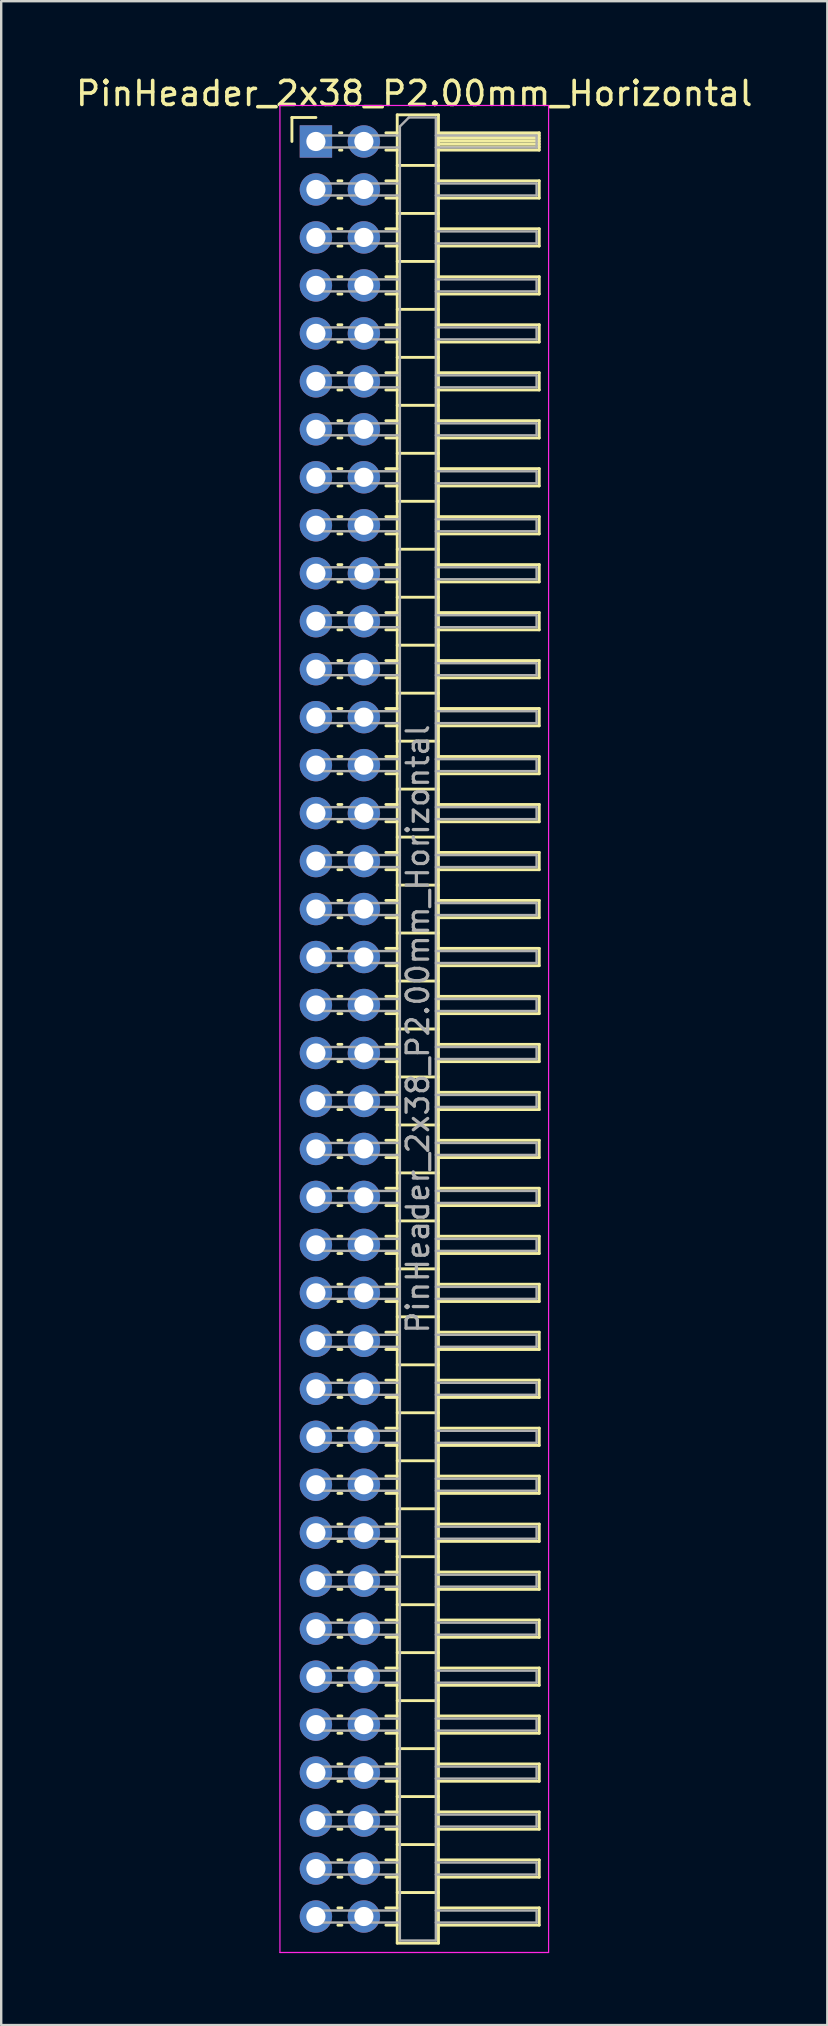
<source format=kicad_pcb>
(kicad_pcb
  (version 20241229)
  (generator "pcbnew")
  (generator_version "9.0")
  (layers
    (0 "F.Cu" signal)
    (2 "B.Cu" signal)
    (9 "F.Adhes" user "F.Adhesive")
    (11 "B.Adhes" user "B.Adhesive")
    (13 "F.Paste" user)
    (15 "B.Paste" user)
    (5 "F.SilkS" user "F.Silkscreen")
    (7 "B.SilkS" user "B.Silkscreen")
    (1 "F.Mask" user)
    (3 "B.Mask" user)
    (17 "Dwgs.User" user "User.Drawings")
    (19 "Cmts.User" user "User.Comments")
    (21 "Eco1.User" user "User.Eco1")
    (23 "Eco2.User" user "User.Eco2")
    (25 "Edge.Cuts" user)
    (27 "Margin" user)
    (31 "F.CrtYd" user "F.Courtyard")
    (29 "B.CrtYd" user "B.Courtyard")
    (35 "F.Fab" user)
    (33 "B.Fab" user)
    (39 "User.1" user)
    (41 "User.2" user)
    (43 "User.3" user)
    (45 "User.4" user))
  (footprint "PinHeader_2x38_P2.00mm_Horizontal"
    (layer "F.Cu")
    (at 10.12 2.848)
    (property "Reference" "PinHeader_2x38_P2.00mm_Horizontal" (at 4.1 -2 0) (layer "F.SilkS") (effects (font (size 1 1) (thickness 0.15))))
    (attr through_hole)
    (fp_line (start -1 -1) (end 0 -1) (stroke (width 0.12) (type solid)) (layer "F.SilkS"))
    (fp_line (start -1 0) (end -1 -1) (stroke (width 0.12) (type solid)) (layer "F.SilkS"))
    (fp_line (start 0.917 1.64) (end 1.083 1.64) (stroke (width 0.12) (type solid)) (layer "F.SilkS"))
    (fp_line (start 0.917 2.36) (end 1.083 2.36) (stroke (width 0.12) (type solid)) (layer "F.SilkS"))
    (fp_line (start 0.917 3.64) (end 1.083 3.64) (stroke (width 0.12) (type solid)) (layer "F.SilkS"))
    (fp_line (start 0.917 4.36) (end 1.083 4.36) (stroke (width 0.12) (type solid)) (layer "F.SilkS"))
    (fp_line (start 0.917 5.64) (end 1.083 5.64) (stroke (width 0.12) (type solid)) (layer "F.SilkS"))
    (fp_line (start 0.917 6.36) (end 1.083 6.36) (stroke (width 0.12) (type solid)) (layer "F.SilkS"))
    (fp_line (start 0.917 7.64) (end 1.083 7.64) (stroke (width 0.12) (type solid)) (layer "F.SilkS"))
    (fp_line (start 0.917 8.36) (end 1.083 8.36) (stroke (width 0.12) (type solid)) (layer "F.SilkS"))
    (fp_line (start 0.917 9.64) (end 1.083 9.64) (stroke (width 0.12) (type solid)) (layer "F.SilkS"))
    (fp_line (start 0.917 10.36) (end 1.083 10.36) (stroke (width 0.12) (type solid)) (layer "F.SilkS"))
    (fp_line (start 0.917 11.64) (end 1.083 11.64) (stroke (width 0.12) (type solid)) (layer "F.SilkS"))
    (fp_line (start 0.917 12.36) (end 1.083 12.36) (stroke (width 0.12) (type solid)) (layer "F.SilkS"))
    (fp_line (start 0.917 13.64) (end 1.083 13.64) (stroke (width 0.12) (type solid)) (layer "F.SilkS"))
    (fp_line (start 0.917 14.36) (end 1.083 14.36) (stroke (width 0.12) (type solid)) (layer "F.SilkS"))
    (fp_line (start 0.917 15.64) (end 1.083 15.64) (stroke (width 0.12) (type solid)) (layer "F.SilkS"))
    (fp_line (start 0.917 16.36) (end 1.083 16.36) (stroke (width 0.12) (type solid)) (layer "F.SilkS"))
    (fp_line (start 0.917 17.64) (end 1.083 17.64) (stroke (width 0.12) (type solid)) (layer "F.SilkS"))
    (fp_line (start 0.917 18.36) (end 1.083 18.36) (stroke (width 0.12) (type solid)) (layer "F.SilkS"))
    (fp_line (start 0.917 19.64) (end 1.083 19.64) (stroke (width 0.12) (type solid)) (layer "F.SilkS"))
    (fp_line (start 0.917 20.36) (end 1.083 20.36) (stroke (width 0.12) (type solid)) (layer "F.SilkS"))
    (fp_line (start 0.917 21.64) (end 1.083 21.64) (stroke (width 0.12) (type solid)) (layer "F.SilkS"))
    (fp_line (start 0.917 22.36) (end 1.083 22.36) (stroke (width 0.12) (type solid)) (layer "F.SilkS"))
    (fp_line (start 0.917 23.64) (end 1.083 23.64) (stroke (width 0.12) (type solid)) (layer "F.SilkS"))
    (fp_line (start 0.917 24.36) (end 1.083 24.36) (stroke (width 0.12) (type solid)) (layer "F.SilkS"))
    (fp_line (start 0.917 25.64) (end 1.083 25.64) (stroke (width 0.12) (type solid)) (layer "F.SilkS"))
    (fp_line (start 0.917 26.36) (end 1.083 26.36) (stroke (width 0.12) (type solid)) (layer "F.SilkS"))
    (fp_line (start 0.917 27.64) (end 1.083 27.64) (stroke (width 0.12) (type solid)) (layer "F.SilkS"))
    (fp_line (start 0.917 28.36) (end 1.083 28.36) (stroke (width 0.12) (type solid)) (layer "F.SilkS"))
    (fp_line (start 0.917 29.64) (end 1.083 29.64) (stroke (width 0.12) (type solid)) (layer "F.SilkS"))
    (fp_line (start 0.917 30.36) (end 1.083 30.36) (stroke (width 0.12) (type solid)) (layer "F.SilkS"))
    (fp_line (start 0.917 31.64) (end 1.083 31.64) (stroke (width 0.12) (type solid)) (layer "F.SilkS"))
    (fp_line (start 0.917 32.36) (end 1.083 32.36) (stroke (width 0.12) (type solid)) (layer "F.SilkS"))
    (fp_line (start 0.917 33.64) (end 1.083 33.64) (stroke (width 0.12) (type solid)) (layer "F.SilkS"))
    (fp_line (start 0.917 34.36) (end 1.083 34.36) (stroke (width 0.12) (type solid)) (layer "F.SilkS"))
    (fp_line (start 0.917 35.64) (end 1.083 35.64) (stroke (width 0.12) (type solid)) (layer "F.SilkS"))
    (fp_line (start 0.917 36.36) (end 1.083 36.36) (stroke (width 0.12) (type solid)) (layer "F.SilkS"))
    (fp_line (start 0.917 37.64) (end 1.083 37.64) (stroke (width 0.12) (type solid)) (layer "F.SilkS"))
    (fp_line (start 0.917 38.36) (end 1.083 38.36) (stroke (width 0.12) (type solid)) (layer "F.SilkS"))
    (fp_line (start 0.917 39.64) (end 1.083 39.64) (stroke (width 0.12) (type solid)) (layer "F.SilkS"))
    (fp_line (start 0.917 40.36) (end 1.083 40.36) (stroke (width 0.12) (type solid)) (layer "F.SilkS"))
    (fp_line (start 0.917 41.64) (end 1.083 41.64) (stroke (width 0.12) (type solid)) (layer "F.SilkS"))
    (fp_line (start 0.917 42.36) (end 1.083 42.36) (stroke (width 0.12) (type solid)) (layer "F.SilkS"))
    (fp_line (start 0.917 43.64) (end 1.083 43.64) (stroke (width 0.12) (type solid)) (layer "F.SilkS"))
    (fp_line (start 0.917 44.36) (end 1.083 44.36) (stroke (width 0.12) (type solid)) (layer "F.SilkS"))
    (fp_line (start 0.917 45.64) (end 1.083 45.64) (stroke (width 0.12) (type solid)) (layer "F.SilkS"))
    (fp_line (start 0.917 46.36) (end 1.083 46.36) (stroke (width 0.12) (type solid)) (layer "F.SilkS"))
    (fp_line (start 0.917 47.64) (end 1.083 47.64) (stroke (width 0.12) (type solid)) (layer "F.SilkS"))
    (fp_line (start 0.917 48.36) (end 1.083 48.36) (stroke (width 0.12) (type solid)) (layer "F.SilkS"))
    (fp_line (start 0.917 49.64) (end 1.083 49.64) (stroke (width 0.12) (type solid)) (layer "F.SilkS"))
    (fp_line (start 0.917 50.36) (end 1.083 50.36) (stroke (width 0.12) (type solid)) (layer "F.SilkS"))
    (fp_line (start 0.917 51.64) (end 1.083 51.64) (stroke (width 0.12) (type solid)) (layer "F.SilkS"))
    (fp_line (start 0.917 52.36) (end 1.083 52.36) (stroke (width 0.12) (type solid)) (layer "F.SilkS"))
    (fp_line (start 0.917 53.64) (end 1.083 53.64) (stroke (width 0.12) (type solid)) (layer "F.SilkS"))
    (fp_line (start 0.917 54.36) (end 1.083 54.36) (stroke (width 0.12) (type solid)) (layer "F.SilkS"))
    (fp_line (start 0.917 55.64) (end 1.083 55.64) (stroke (width 0.12) (type solid)) (layer "F.SilkS"))
    (fp_line (start 0.917 56.36) (end 1.083 56.36) (stroke (width 0.12) (type solid)) (layer "F.SilkS"))
    (fp_line (start 0.917 57.64) (end 1.083 57.64) (stroke (width 0.12) (type solid)) (layer "F.SilkS"))
    (fp_line (start 0.917 58.36) (end 1.083 58.36) (stroke (width 0.12) (type solid)) (layer "F.SilkS"))
    (fp_line (start 0.917 59.64) (end 1.083 59.64) (stroke (width 0.12) (type solid)) (layer "F.SilkS"))
    (fp_line (start 0.917 60.36) (end 1.083 60.36) (stroke (width 0.12) (type solid)) (layer "F.SilkS"))
    (fp_line (start 0.917 61.64) (end 1.083 61.64) (stroke (width 0.12) (type solid)) (layer "F.SilkS"))
    (fp_line (start 0.917 62.36) (end 1.083 62.36) (stroke (width 0.12) (type solid)) (layer "F.SilkS"))
    (fp_line (start 0.917 63.64) (end 1.083 63.64) (stroke (width 0.12) (type solid)) (layer "F.SilkS"))
    (fp_line (start 0.917 64.36) (end 1.083 64.36) (stroke (width 0.12) (type solid)) (layer "F.SilkS"))
    (fp_line (start 0.917 65.64) (end 1.083 65.64) (stroke (width 0.12) (type solid)) (layer "F.SilkS"))
    (fp_line (start 0.917 66.36) (end 1.083 66.36) (stroke (width 0.12) (type solid)) (layer "F.SilkS"))
    (fp_line (start 0.917 67.64) (end 1.083 67.64) (stroke (width 0.12) (type solid)) (layer "F.SilkS"))
    (fp_line (start 0.917 68.36) (end 1.083 68.36) (stroke (width 0.12) (type solid)) (layer "F.SilkS"))
    (fp_line (start 0.917 69.64) (end 1.083 69.64) (stroke (width 0.12) (type solid)) (layer "F.SilkS"))
    (fp_line (start 0.917 70.36) (end 1.083 70.36) (stroke (width 0.12) (type solid)) (layer "F.SilkS"))
    (fp_line (start 0.917 71.64) (end 1.083 71.64) (stroke (width 0.12) (type solid)) (layer "F.SilkS"))
    (fp_line (start 0.917 72.36) (end 1.083 72.36) (stroke (width 0.12) (type solid)) (layer "F.SilkS"))
    (fp_line (start 0.917 73.64) (end 1.083 73.64) (stroke (width 0.12) (type solid)) (layer "F.SilkS"))
    (fp_line (start 0.917 74.36) (end 1.083 74.36) (stroke (width 0.12) (type solid)) (layer "F.SilkS"))
    (fp_line (start 0.985 -0.36) (end 1.083 -0.36) (stroke (width 0.12) (type solid)) (layer "F.SilkS"))
    (fp_line (start 0.985 0.36) (end 1.083 0.36) (stroke (width 0.12) (type solid)) (layer "F.SilkS"))
    (fp_line (start 2.917 -0.36) (end 3.39 -0.36) (stroke (width 0.12) (type solid)) (layer "F.SilkS"))
    (fp_line (start 2.917 0.36) (end 3.39 0.36) (stroke (width 0.12) (type solid)) (layer "F.SilkS"))
    (fp_line (start 2.917 1.64) (end 3.39 1.64) (stroke (width 0.12) (type solid)) (layer "F.SilkS"))
    (fp_line (start 2.917 2.36) (end 3.39 2.36) (stroke (width 0.12) (type solid)) (layer "F.SilkS"))
    (fp_line (start 2.917 3.64) (end 3.39 3.64) (stroke (width 0.12) (type solid)) (layer "F.SilkS"))
    (fp_line (start 2.917 4.36) (end 3.39 4.36) (stroke (width 0.12) (type solid)) (layer "F.SilkS"))
    (fp_line (start 2.917 5.64) (end 3.39 5.64) (stroke (width 0.12) (type solid)) (layer "F.SilkS"))
    (fp_line (start 2.917 6.36) (end 3.39 6.36) (stroke (width 0.12) (type solid)) (layer "F.SilkS"))
    (fp_line (start 2.917 7.64) (end 3.39 7.64) (stroke (width 0.12) (type solid)) (layer "F.SilkS"))
    (fp_line (start 2.917 8.36) (end 3.39 8.36) (stroke (width 0.12) (type solid)) (layer "F.SilkS"))
    (fp_line (start 2.917 9.64) (end 3.39 9.64) (stroke (width 0.12) (type solid)) (layer "F.SilkS"))
    (fp_line (start 2.917 10.36) (end 3.39 10.36) (stroke (width 0.12) (type solid)) (layer "F.SilkS"))
    (fp_line (start 2.917 11.64) (end 3.39 11.64) (stroke (width 0.12) (type solid)) (layer "F.SilkS"))
    (fp_line (start 2.917 12.36) (end 3.39 12.36) (stroke (width 0.12) (type solid)) (layer "F.SilkS"))
    (fp_line (start 2.917 13.64) (end 3.39 13.64) (stroke (width 0.12) (type solid)) (layer "F.SilkS"))
    (fp_line (start 2.917 14.36) (end 3.39 14.36) (stroke (width 0.12) (type solid)) (layer "F.SilkS"))
    (fp_line (start 2.917 15.64) (end 3.39 15.64) (stroke (width 0.12) (type solid)) (layer "F.SilkS"))
    (fp_line (start 2.917 16.36) (end 3.39 16.36) (stroke (width 0.12) (type solid)) (layer "F.SilkS"))
    (fp_line (start 2.917 17.64) (end 3.39 17.64) (stroke (width 0.12) (type solid)) (layer "F.SilkS"))
    (fp_line (start 2.917 18.36) (end 3.39 18.36) (stroke (width 0.12) (type solid)) (layer "F.SilkS"))
    (fp_line (start 2.917 19.64) (end 3.39 19.64) (stroke (width 0.12) (type solid)) (layer "F.SilkS"))
    (fp_line (start 2.917 20.36) (end 3.39 20.36) (stroke (width 0.12) (type solid)) (layer "F.SilkS"))
    (fp_line (start 2.917 21.64) (end 3.39 21.64) (stroke (width 0.12) (type solid)) (layer "F.SilkS"))
    (fp_line (start 2.917 22.36) (end 3.39 22.36) (stroke (width 0.12) (type solid)) (layer "F.SilkS"))
    (fp_line (start 2.917 23.64) (end 3.39 23.64) (stroke (width 0.12) (type solid)) (layer "F.SilkS"))
    (fp_line (start 2.917 24.36) (end 3.39 24.36) (stroke (width 0.12) (type solid)) (layer "F.SilkS"))
    (fp_line (start 2.917 25.64) (end 3.39 25.64) (stroke (width 0.12) (type solid)) (layer "F.SilkS"))
    (fp_line (start 2.917 26.36) (end 3.39 26.36) (stroke (width 0.12) (type solid)) (layer "F.SilkS"))
    (fp_line (start 2.917 27.64) (end 3.39 27.64) (stroke (width 0.12) (type solid)) (layer "F.SilkS"))
    (fp_line (start 2.917 28.36) (end 3.39 28.36) (stroke (width 0.12) (type solid)) (layer "F.SilkS"))
    (fp_line (start 2.917 29.64) (end 3.39 29.64) (stroke (width 0.12) (type solid)) (layer "F.SilkS"))
    (fp_line (start 2.917 30.36) (end 3.39 30.36) (stroke (width 0.12) (type solid)) (layer "F.SilkS"))
    (fp_line (start 2.917 31.64) (end 3.39 31.64) (stroke (width 0.12) (type solid)) (layer "F.SilkS"))
    (fp_line (start 2.917 32.36) (end 3.39 32.36) (stroke (width 0.12) (type solid)) (layer "F.SilkS"))
    (fp_line (start 2.917 33.64) (end 3.39 33.64) (stroke (width 0.12) (type solid)) (layer "F.SilkS"))
    (fp_line (start 2.917 34.36) (end 3.39 34.36) (stroke (width 0.12) (type solid)) (layer "F.SilkS"))
    (fp_line (start 2.917 35.64) (end 3.39 35.64) (stroke (width 0.12) (type solid)) (layer "F.SilkS"))
    (fp_line (start 2.917 36.36) (end 3.39 36.36) (stroke (width 0.12) (type solid)) (layer "F.SilkS"))
    (fp_line (start 2.917 37.64) (end 3.39 37.64) (stroke (width 0.12) (type solid)) (layer "F.SilkS"))
    (fp_line (start 2.917 38.36) (end 3.39 38.36) (stroke (width 0.12) (type solid)) (layer "F.SilkS"))
    (fp_line (start 2.917 39.64) (end 3.39 39.64) (stroke (width 0.12) (type solid)) (layer "F.SilkS"))
    (fp_line (start 2.917 40.36) (end 3.39 40.36) (stroke (width 0.12) (type solid)) (layer "F.SilkS"))
    (fp_line (start 2.917 41.64) (end 3.39 41.64) (stroke (width 0.12) (type solid)) (layer "F.SilkS"))
    (fp_line (start 2.917 42.36) (end 3.39 42.36) (stroke (width 0.12) (type solid)) (layer "F.SilkS"))
    (fp_line (start 2.917 43.64) (end 3.39 43.64) (stroke (width 0.12) (type solid)) (layer "F.SilkS"))
    (fp_line (start 2.917 44.36) (end 3.39 44.36) (stroke (width 0.12) (type solid)) (layer "F.SilkS"))
    (fp_line (start 2.917 45.64) (end 3.39 45.64) (stroke (width 0.12) (type solid)) (layer "F.SilkS"))
    (fp_line (start 2.917 46.36) (end 3.39 46.36) (stroke (width 0.12) (type solid)) (layer "F.SilkS"))
    (fp_line (start 2.917 47.64) (end 3.39 47.64) (stroke (width 0.12) (type solid)) (layer "F.SilkS"))
    (fp_line (start 2.917 48.36) (end 3.39 48.36) (stroke (width 0.12) (type solid)) (layer "F.SilkS"))
    (fp_line (start 2.917 49.64) (end 3.39 49.64) (stroke (width 0.12) (type solid)) (layer "F.SilkS"))
    (fp_line (start 2.917 50.36) (end 3.39 50.36) (stroke (width 0.12) (type solid)) (layer "F.SilkS"))
    (fp_line (start 2.917 51.64) (end 3.39 51.64) (stroke (width 0.12) (type solid)) (layer "F.SilkS"))
    (fp_line (start 2.917 52.36) (end 3.39 52.36) (stroke (width 0.12) (type solid)) (layer "F.SilkS"))
    (fp_line (start 2.917 53.64) (end 3.39 53.64) (stroke (width 0.12) (type solid)) (layer "F.SilkS"))
    (fp_line (start 2.917 54.36) (end 3.39 54.36) (stroke (width 0.12) (type solid)) (layer "F.SilkS"))
    (fp_line (start 2.917 55.64) (end 3.39 55.64) (stroke (width 0.12) (type solid)) (layer "F.SilkS"))
    (fp_line (start 2.917 56.36) (end 3.39 56.36) (stroke (width 0.12) (type solid)) (layer "F.SilkS"))
    (fp_line (start 2.917 57.64) (end 3.39 57.64) (stroke (width 0.12) (type solid)) (layer "F.SilkS"))
    (fp_line (start 2.917 58.36) (end 3.39 58.36) (stroke (width 0.12) (type solid)) (layer "F.SilkS"))
    (fp_line (start 2.917 59.64) (end 3.39 59.64) (stroke (width 0.12) (type solid)) (layer "F.SilkS"))
    (fp_line (start 2.917 60.36) (end 3.39 60.36) (stroke (width 0.12) (type solid)) (layer "F.SilkS"))
    (fp_line (start 2.917 61.64) (end 3.39 61.64) (stroke (width 0.12) (type solid)) (layer "F.SilkS"))
    (fp_line (start 2.917 62.36) (end 3.39 62.36) (stroke (width 0.12) (type solid)) (layer "F.SilkS"))
    (fp_line (start 2.917 63.64) (end 3.39 63.64) (stroke (width 0.12) (type solid)) (layer "F.SilkS"))
    (fp_line (start 2.917 64.36) (end 3.39 64.36) (stroke (width 0.12) (type solid)) (layer "F.SilkS"))
    (fp_line (start 2.917 65.64) (end 3.39 65.64) (stroke (width 0.12) (type solid)) (layer "F.SilkS"))
    (fp_line (start 2.917 66.36) (end 3.39 66.36) (stroke (width 0.12) (type solid)) (layer "F.SilkS"))
    (fp_line (start 2.917 67.64) (end 3.39 67.64) (stroke (width 0.12) (type solid)) (layer "F.SilkS"))
    (fp_line (start 2.917 68.36) (end 3.39 68.36) (stroke (width 0.12) (type solid)) (layer "F.SilkS"))
    (fp_line (start 2.917 69.64) (end 3.39 69.64) (stroke (width 0.12) (type solid)) (layer "F.SilkS"))
    (fp_line (start 2.917 70.36) (end 3.39 70.36) (stroke (width 0.12) (type solid)) (layer "F.SilkS"))
    (fp_line (start 2.917 71.64) (end 3.39 71.64) (stroke (width 0.12) (type solid)) (layer "F.SilkS"))
    (fp_line (start 2.917 72.36) (end 3.39 72.36) (stroke (width 0.12) (type solid)) (layer "F.SilkS"))
    (fp_line (start 2.917 73.64) (end 3.39 73.64) (stroke (width 0.12) (type solid)) (layer "F.SilkS"))
    (fp_line (start 2.917 74.36) (end 3.39 74.36) (stroke (width 0.12) (type solid)) (layer "F.SilkS"))
    (fp_line (start 3.39 -1.11) (end 3.39 75.11) (stroke (width 0.12) (type solid)) (layer "F.SilkS"))
    (fp_line (start 3.39 1) (end 5.11 1) (stroke (width 0.12) (type solid)) (layer "F.SilkS"))
    (fp_line (start 3.39 3) (end 5.11 3) (stroke (width 0.12) (type solid)) (layer "F.SilkS"))
    (fp_line (start 3.39 5) (end 5.11 5) (stroke (width 0.12) (type solid)) (layer "F.SilkS"))
    (fp_line (start 3.39 7) (end 5.11 7) (stroke (width 0.12) (type solid)) (layer "F.SilkS"))
    (fp_line (start 3.39 9) (end 5.11 9) (stroke (width 0.12) (type solid)) (layer "F.SilkS"))
    (fp_line (start 3.39 11) (end 5.11 11) (stroke (width 0.12) (type solid)) (layer "F.SilkS"))
    (fp_line (start 3.39 13) (end 5.11 13) (stroke (width 0.12) (type solid)) (layer "F.SilkS"))
    (fp_line (start 3.39 15) (end 5.11 15) (stroke (width 0.12) (type solid)) (layer "F.SilkS"))
    (fp_line (start 3.39 17) (end 5.11 17) (stroke (width 0.12) (type solid)) (layer "F.SilkS"))
    (fp_line (start 3.39 19) (end 5.11 19) (stroke (width 0.12) (type solid)) (layer "F.SilkS"))
    (fp_line (start 3.39 21) (end 5.11 21) (stroke (width 0.12) (type solid)) (layer "F.SilkS"))
    (fp_line (start 3.39 23) (end 5.11 23) (stroke (width 0.12) (type solid)) (layer "F.SilkS"))
    (fp_line (start 3.39 25) (end 5.11 25) (stroke (width 0.12) (type solid)) (layer "F.SilkS"))
    (fp_line (start 3.39 27) (end 5.11 27) (stroke (width 0.12) (type solid)) (layer "F.SilkS"))
    (fp_line (start 3.39 29) (end 5.11 29) (stroke (width 0.12) (type solid)) (layer "F.SilkS"))
    (fp_line (start 3.39 31) (end 5.11 31) (stroke (width 0.12) (type solid)) (layer "F.SilkS"))
    (fp_line (start 3.39 33) (end 5.11 33) (stroke (width 0.12) (type solid)) (layer "F.SilkS"))
    (fp_line (start 3.39 35) (end 5.11 35) (stroke (width 0.12) (type solid)) (layer "F.SilkS"))
    (fp_line (start 3.39 37) (end 5.11 37) (stroke (width 0.12) (type solid)) (layer "F.SilkS"))
    (fp_line (start 3.39 39) (end 5.11 39) (stroke (width 0.12) (type solid)) (layer "F.SilkS"))
    (fp_line (start 3.39 41) (end 5.11 41) (stroke (width 0.12) (type solid)) (layer "F.SilkS"))
    (fp_line (start 3.39 43) (end 5.11 43) (stroke (width 0.12) (type solid)) (layer "F.SilkS"))
    (fp_line (start 3.39 45) (end 5.11 45) (stroke (width 0.12) (type solid)) (layer "F.SilkS"))
    (fp_line (start 3.39 47) (end 5.11 47) (stroke (width 0.12) (type solid)) (layer "F.SilkS"))
    (fp_line (start 3.39 49) (end 5.11 49) (stroke (width 0.12) (type solid)) (layer "F.SilkS"))
    (fp_line (start 3.39 51) (end 5.11 51) (stroke (width 0.12) (type solid)) (layer "F.SilkS"))
    (fp_line (start 3.39 53) (end 5.11 53) (stroke (width 0.12) (type solid)) (layer "F.SilkS"))
    (fp_line (start 3.39 55) (end 5.11 55) (stroke (width 0.12) (type solid)) (layer "F.SilkS"))
    (fp_line (start 3.39 57) (end 5.11 57) (stroke (width 0.12) (type solid)) (layer "F.SilkS"))
    (fp_line (start 3.39 59) (end 5.11 59) (stroke (width 0.12) (type solid)) (layer "F.SilkS"))
    (fp_line (start 3.39 61) (end 5.11 61) (stroke (width 0.12) (type solid)) (layer "F.SilkS"))
    (fp_line (start 3.39 63) (end 5.11 63) (stroke (width 0.12) (type solid)) (layer "F.SilkS"))
    (fp_line (start 3.39 65) (end 5.11 65) (stroke (width 0.12) (type solid)) (layer "F.SilkS"))
    (fp_line (start 3.39 67) (end 5.11 67) (stroke (width 0.12) (type solid)) (layer "F.SilkS"))
    (fp_line (start 3.39 69) (end 5.11 69) (stroke (width 0.12) (type solid)) (layer "F.SilkS"))
    (fp_line (start 3.39 71) (end 5.11 71) (stroke (width 0.12) (type solid)) (layer "F.SilkS"))
    (fp_line (start 3.39 73) (end 5.11 73) (stroke (width 0.12) (type solid)) (layer "F.SilkS"))
    (fp_line (start 3.39 75.11) (end 5.11 75.11) (stroke (width 0.12) (type solid)) (layer "F.SilkS"))
    (fp_line (start 5.11 -1.11) (end 3.39 -1.11) (stroke (width 0.12) (type solid)) (layer "F.SilkS"))
    (fp_line (start 5.11 -0.36) (end 9.31 -0.36) (stroke (width 0.12) (type solid)) (layer "F.SilkS"))
    (fp_line (start 5.11 -0.25) (end 9.31 -0.25) (stroke (width 0.12) (type solid)) (layer "F.SilkS"))
    (fp_line (start 5.11 -0.13) (end 9.31 -0.13) (stroke (width 0.12) (type solid)) (layer "F.SilkS"))
    (fp_line (start 5.11 -0.01) (end 9.31 -0.01) (stroke (width 0.12) (type solid)) (layer "F.SilkS"))
    (fp_line (start 5.11 0.11) (end 9.31 0.11) (stroke (width 0.12) (type solid)) (layer "F.SilkS"))
    (fp_line (start 5.11 0.23) (end 9.31 0.23) (stroke (width 0.12) (type solid)) (layer "F.SilkS"))
    (fp_line (start 5.11 1.64) (end 9.31 1.64) (stroke (width 0.12) (type solid)) (layer "F.SilkS"))
    (fp_line (start 5.11 3.64) (end 9.31 3.64) (stroke (width 0.12) (type solid)) (layer "F.SilkS"))
    (fp_line (start 5.11 5.64) (end 9.31 5.64) (stroke (width 0.12) (type solid)) (layer "F.SilkS"))
    (fp_line (start 5.11 7.64) (end 9.31 7.64) (stroke (width 0.12) (type solid)) (layer "F.SilkS"))
    (fp_line (start 5.11 9.64) (end 9.31 9.64) (stroke (width 0.12) (type solid)) (layer "F.SilkS"))
    (fp_line (start 5.11 11.64) (end 9.31 11.64) (stroke (width 0.12) (type solid)) (layer "F.SilkS"))
    (fp_line (start 5.11 13.64) (end 9.31 13.64) (stroke (width 0.12) (type solid)) (layer "F.SilkS"))
    (fp_line (start 5.11 15.64) (end 9.31 15.64) (stroke (width 0.12) (type solid)) (layer "F.SilkS"))
    (fp_line (start 5.11 17.64) (end 9.31 17.64) (stroke (width 0.12) (type solid)) (layer "F.SilkS"))
    (fp_line (start 5.11 19.64) (end 9.31 19.64) (stroke (width 0.12) (type solid)) (layer "F.SilkS"))
    (fp_line (start 5.11 21.64) (end 9.31 21.64) (stroke (width 0.12) (type solid)) (layer "F.SilkS"))
    (fp_line (start 5.11 23.64) (end 9.31 23.64) (stroke (width 0.12) (type solid)) (layer "F.SilkS"))
    (fp_line (start 5.11 25.64) (end 9.31 25.64) (stroke (width 0.12) (type solid)) (layer "F.SilkS"))
    (fp_line (start 5.11 27.64) (end 9.31 27.64) (stroke (width 0.12) (type solid)) (layer "F.SilkS"))
    (fp_line (start 5.11 29.64) (end 9.31 29.64) (stroke (width 0.12) (type solid)) (layer "F.SilkS"))
    (fp_line (start 5.11 31.64) (end 9.31 31.64) (stroke (width 0.12) (type solid)) (layer "F.SilkS"))
    (fp_line (start 5.11 33.64) (end 9.31 33.64) (stroke (width 0.12) (type solid)) (layer "F.SilkS"))
    (fp_line (start 5.11 35.64) (end 9.31 35.64) (stroke (width 0.12) (type solid)) (layer "F.SilkS"))
    (fp_line (start 5.11 37.64) (end 9.31 37.64) (stroke (width 0.12) (type solid)) (layer "F.SilkS"))
    (fp_line (start 5.11 39.64) (end 9.31 39.64) (stroke (width 0.12) (type solid)) (layer "F.SilkS"))
    (fp_line (start 5.11 41.64) (end 9.31 41.64) (stroke (width 0.12) (type solid)) (layer "F.SilkS"))
    (fp_line (start 5.11 43.64) (end 9.31 43.64) (stroke (width 0.12) (type solid)) (layer "F.SilkS"))
    (fp_line (start 5.11 45.64) (end 9.31 45.64) (stroke (width 0.12) (type solid)) (layer "F.SilkS"))
    (fp_line (start 5.11 47.64) (end 9.31 47.64) (stroke (width 0.12) (type solid)) (layer "F.SilkS"))
    (fp_line (start 5.11 49.64) (end 9.31 49.64) (stroke (width 0.12) (type solid)) (layer "F.SilkS"))
    (fp_line (start 5.11 51.64) (end 9.31 51.64) (stroke (width 0.12) (type solid)) (layer "F.SilkS"))
    (fp_line (start 5.11 53.64) (end 9.31 53.64) (stroke (width 0.12) (type solid)) (layer "F.SilkS"))
    (fp_line (start 5.11 55.64) (end 9.31 55.64) (stroke (width 0.12) (type solid)) (layer "F.SilkS"))
    (fp_line (start 5.11 57.64) (end 9.31 57.64) (stroke (width 0.12) (type solid)) (layer "F.SilkS"))
    (fp_line (start 5.11 59.64) (end 9.31 59.64) (stroke (width 0.12) (type solid)) (layer "F.SilkS"))
    (fp_line (start 5.11 61.64) (end 9.31 61.64) (stroke (width 0.12) (type solid)) (layer "F.SilkS"))
    (fp_line (start 5.11 63.64) (end 9.31 63.64) (stroke (width 0.12) (type solid)) (layer "F.SilkS"))
    (fp_line (start 5.11 65.64) (end 9.31 65.64) (stroke (width 0.12) (type solid)) (layer "F.SilkS"))
    (fp_line (start 5.11 67.64) (end 9.31 67.64) (stroke (width 0.12) (type solid)) (layer "F.SilkS"))
    (fp_line (start 5.11 69.64) (end 9.31 69.64) (stroke (width 0.12) (type solid)) (layer "F.SilkS"))
    (fp_line (start 5.11 71.64) (end 9.31 71.64) (stroke (width 0.12) (type solid)) (layer "F.SilkS"))
    (fp_line (start 5.11 73.64) (end 9.31 73.64) (stroke (width 0.12) (type solid)) (layer "F.SilkS"))
    (fp_line (start 5.11 75.11) (end 5.11 -1.11) (stroke (width 0.12) (type solid)) (layer "F.SilkS"))
    (fp_line (start 9.31 -0.36) (end 9.31 0.36) (stroke (width 0.12) (type solid)) (layer "F.SilkS"))
    (fp_line (start 9.31 0.36) (end 5.11 0.36) (stroke (width 0.12) (type solid)) (layer "F.SilkS"))
    (fp_line (start 9.31 1.64) (end 9.31 2.36) (stroke (width 0.12) (type solid)) (layer "F.SilkS"))
    (fp_line (start 9.31 2.36) (end 5.11 2.36) (stroke (width 0.12) (type solid)) (layer "F.SilkS"))
    (fp_line (start 9.31 3.64) (end 9.31 4.36) (stroke (width 0.12) (type solid)) (layer "F.SilkS"))
    (fp_line (start 9.31 4.36) (end 5.11 4.36) (stroke (width 0.12) (type solid)) (layer "F.SilkS"))
    (fp_line (start 9.31 5.64) (end 9.31 6.36) (stroke (width 0.12) (type solid)) (layer "F.SilkS"))
    (fp_line (start 9.31 6.36) (end 5.11 6.36) (stroke (width 0.12) (type solid)) (layer "F.SilkS"))
    (fp_line (start 9.31 7.64) (end 9.31 8.36) (stroke (width 0.12) (type solid)) (layer "F.SilkS"))
    (fp_line (start 9.31 8.36) (end 5.11 8.36) (stroke (width 0.12) (type solid)) (layer "F.SilkS"))
    (fp_line (start 9.31 9.64) (end 9.31 10.36) (stroke (width 0.12) (type solid)) (layer "F.SilkS"))
    (fp_line (start 9.31 10.36) (end 5.11 10.36) (stroke (width 0.12) (type solid)) (layer "F.SilkS"))
    (fp_line (start 9.31 11.64) (end 9.31 12.36) (stroke (width 0.12) (type solid)) (layer "F.SilkS"))
    (fp_line (start 9.31 12.36) (end 5.11 12.36) (stroke (width 0.12) (type solid)) (layer "F.SilkS"))
    (fp_line (start 9.31 13.64) (end 9.31 14.36) (stroke (width 0.12) (type solid)) (layer "F.SilkS"))
    (fp_line (start 9.31 14.36) (end 5.11 14.36) (stroke (width 0.12) (type solid)) (layer "F.SilkS"))
    (fp_line (start 9.31 15.64) (end 9.31 16.36) (stroke (width 0.12) (type solid)) (layer "F.SilkS"))
    (fp_line (start 9.31 16.36) (end 5.11 16.36) (stroke (width 0.12) (type solid)) (layer "F.SilkS"))
    (fp_line (start 9.31 17.64) (end 9.31 18.36) (stroke (width 0.12) (type solid)) (layer "F.SilkS"))
    (fp_line (start 9.31 18.36) (end 5.11 18.36) (stroke (width 0.12) (type solid)) (layer "F.SilkS"))
    (fp_line (start 9.31 19.64) (end 9.31 20.36) (stroke (width 0.12) (type solid)) (layer "F.SilkS"))
    (fp_line (start 9.31 20.36) (end 5.11 20.36) (stroke (width 0.12) (type solid)) (layer "F.SilkS"))
    (fp_line (start 9.31 21.64) (end 9.31 22.36) (stroke (width 0.12) (type solid)) (layer "F.SilkS"))
    (fp_line (start 9.31 22.36) (end 5.11 22.36) (stroke (width 0.12) (type solid)) (layer "F.SilkS"))
    (fp_line (start 9.31 23.64) (end 9.31 24.36) (stroke (width 0.12) (type solid)) (layer "F.SilkS"))
    (fp_line (start 9.31 24.36) (end 5.11 24.36) (stroke (width 0.12) (type solid)) (layer "F.SilkS"))
    (fp_line (start 9.31 25.64) (end 9.31 26.36) (stroke (width 0.12) (type solid)) (layer "F.SilkS"))
    (fp_line (start 9.31 26.36) (end 5.11 26.36) (stroke (width 0.12) (type solid)) (layer "F.SilkS"))
    (fp_line (start 9.31 27.64) (end 9.31 28.36) (stroke (width 0.12) (type solid)) (layer "F.SilkS"))
    (fp_line (start 9.31 28.36) (end 5.11 28.36) (stroke (width 0.12) (type solid)) (layer "F.SilkS"))
    (fp_line (start 9.31 29.64) (end 9.31 30.36) (stroke (width 0.12) (type solid)) (layer "F.SilkS"))
    (fp_line (start 9.31 30.36) (end 5.11 30.36) (stroke (width 0.12) (type solid)) (layer "F.SilkS"))
    (fp_line (start 9.31 31.64) (end 9.31 32.36) (stroke (width 0.12) (type solid)) (layer "F.SilkS"))
    (fp_line (start 9.31 32.36) (end 5.11 32.36) (stroke (width 0.12) (type solid)) (layer "F.SilkS"))
    (fp_line (start 9.31 33.64) (end 9.31 34.36) (stroke (width 0.12) (type solid)) (layer "F.SilkS"))
    (fp_line (start 9.31 34.36) (end 5.11 34.36) (stroke (width 0.12) (type solid)) (layer "F.SilkS"))
    (fp_line (start 9.31 35.64) (end 9.31 36.36) (stroke (width 0.12) (type solid)) (layer "F.SilkS"))
    (fp_line (start 9.31 36.36) (end 5.11 36.36) (stroke (width 0.12) (type solid)) (layer "F.SilkS"))
    (fp_line (start 9.31 37.64) (end 9.31 38.36) (stroke (width 0.12) (type solid)) (layer "F.SilkS"))
    (fp_line (start 9.31 38.36) (end 5.11 38.36) (stroke (width 0.12) (type solid)) (layer "F.SilkS"))
    (fp_line (start 9.31 39.64) (end 9.31 40.36) (stroke (width 0.12) (type solid)) (layer "F.SilkS"))
    (fp_line (start 9.31 40.36) (end 5.11 40.36) (stroke (width 0.12) (type solid)) (layer "F.SilkS"))
    (fp_line (start 9.31 41.64) (end 9.31 42.36) (stroke (width 0.12) (type solid)) (layer "F.SilkS"))
    (fp_line (start 9.31 42.36) (end 5.11 42.36) (stroke (width 0.12) (type solid)) (layer "F.SilkS"))
    (fp_line (start 9.31 43.64) (end 9.31 44.36) (stroke (width 0.12) (type solid)) (layer "F.SilkS"))
    (fp_line (start 9.31 44.36) (end 5.11 44.36) (stroke (width 0.12) (type solid)) (layer "F.SilkS"))
    (fp_line (start 9.31 45.64) (end 9.31 46.36) (stroke (width 0.12) (type solid)) (layer "F.SilkS"))
    (fp_line (start 9.31 46.36) (end 5.11 46.36) (stroke (width 0.12) (type solid)) (layer "F.SilkS"))
    (fp_line (start 9.31 47.64) (end 9.31 48.36) (stroke (width 0.12) (type solid)) (layer "F.SilkS"))
    (fp_line (start 9.31 48.36) (end 5.11 48.36) (stroke (width 0.12) (type solid)) (layer "F.SilkS"))
    (fp_line (start 9.31 49.64) (end 9.31 50.36) (stroke (width 0.12) (type solid)) (layer "F.SilkS"))
    (fp_line (start 9.31 50.36) (end 5.11 50.36) (stroke (width 0.12) (type solid)) (layer "F.SilkS"))
    (fp_line (start 9.31 51.64) (end 9.31 52.36) (stroke (width 0.12) (type solid)) (layer "F.SilkS"))
    (fp_line (start 9.31 52.36) (end 5.11 52.36) (stroke (width 0.12) (type solid)) (layer "F.SilkS"))
    (fp_line (start 9.31 53.64) (end 9.31 54.36) (stroke (width 0.12) (type solid)) (layer "F.SilkS"))
    (fp_line (start 9.31 54.36) (end 5.11 54.36) (stroke (width 0.12) (type solid)) (layer "F.SilkS"))
    (fp_line (start 9.31 55.64) (end 9.31 56.36) (stroke (width 0.12) (type solid)) (layer "F.SilkS"))
    (fp_line (start 9.31 56.36) (end 5.11 56.36) (stroke (width 0.12) (type solid)) (layer "F.SilkS"))
    (fp_line (start 9.31 57.64) (end 9.31 58.36) (stroke (width 0.12) (type solid)) (layer "F.SilkS"))
    (fp_line (start 9.31 58.36) (end 5.11 58.36) (stroke (width 0.12) (type solid)) (layer "F.SilkS"))
    (fp_line (start 9.31 59.64) (end 9.31 60.36) (stroke (width 0.12) (type solid)) (layer "F.SilkS"))
    (fp_line (start 9.31 60.36) (end 5.11 60.36) (stroke (width 0.12) (type solid)) (layer "F.SilkS"))
    (fp_line (start 9.31 61.64) (end 9.31 62.36) (stroke (width 0.12) (type solid)) (layer "F.SilkS"))
    (fp_line (start 9.31 62.36) (end 5.11 62.36) (stroke (width 0.12) (type solid)) (layer "F.SilkS"))
    (fp_line (start 9.31 63.64) (end 9.31 64.36) (stroke (width 0.12) (type solid)) (layer "F.SilkS"))
    (fp_line (start 9.31 64.36) (end 5.11 64.36) (stroke (width 0.12) (type solid)) (layer "F.SilkS"))
    (fp_line (start 9.31 65.64) (end 9.31 66.36) (stroke (width 0.12) (type solid)) (layer "F.SilkS"))
    (fp_line (start 9.31 66.36) (end 5.11 66.36) (stroke (width 0.12) (type solid)) (layer "F.SilkS"))
    (fp_line (start 9.31 67.64) (end 9.31 68.36) (stroke (width 0.12) (type solid)) (layer "F.SilkS"))
    (fp_line (start 9.31 68.36) (end 5.11 68.36) (stroke (width 0.12) (type solid)) (layer "F.SilkS"))
    (fp_line (start 9.31 69.64) (end 9.31 70.36) (stroke (width 0.12) (type solid)) (layer "F.SilkS"))
    (fp_line (start 9.31 70.36) (end 5.11 70.36) (stroke (width 0.12) (type solid)) (layer "F.SilkS"))
    (fp_line (start 9.31 71.64) (end 9.31 72.36) (stroke (width 0.12) (type solid)) (layer "F.SilkS"))
    (fp_line (start 9.31 72.36) (end 5.11 72.36) (stroke (width 0.12) (type solid)) (layer "F.SilkS"))
    (fp_line (start 9.31 73.64) (end 9.31 74.36) (stroke (width 0.12) (type solid)) (layer "F.SilkS"))
    (fp_line (start 9.31 74.36) (end 5.11 74.36) (stroke (width 0.12) (type solid)) (layer "F.SilkS"))
    (fp_line (start -1.5 -1.5) (end -1.5 75.5) (stroke (width 0.05) (type solid)) (layer "F.CrtYd"))
    (fp_line (start -1.5 75.5) (end 9.7 75.5) (stroke (width 0.05) (type solid)) (layer "F.CrtYd"))
    (fp_line (start 9.7 -1.5) (end -1.5 -1.5) (stroke (width 0.05) (type solid)) (layer "F.CrtYd"))
    (fp_line (start 9.7 75.5) (end 9.7 -1.5) (stroke (width 0.05) (type solid)) (layer "F.CrtYd"))
    (fp_line (start -0.25 -0.25) (end -0.25 0.25) (stroke (width 0.1) (type solid)) (layer "F.Fab"))
    (fp_line (start -0.25 -0.25) (end 3.5 -0.25) (stroke (width 0.1) (type solid)) (layer "F.Fab"))
    (fp_line (start -0.25 0.25) (end 3.5 0.25) (stroke (width 0.1) (type solid)) (layer "F.Fab"))
    (fp_line (start -0.25 1.75) (end -0.25 2.25) (stroke (width 0.1) (type solid)) (layer "F.Fab"))
    (fp_line (start -0.25 1.75) (end 3.5 1.75) (stroke (width 0.1) (type solid)) (layer "F.Fab"))
    (fp_line (start -0.25 2.25) (end 3.5 2.25) (stroke (width 0.1) (type solid)) (layer "F.Fab"))
    (fp_line (start -0.25 3.75) (end -0.25 4.25) (stroke (width 0.1) (type solid)) (layer "F.Fab"))
    (fp_line (start -0.25 3.75) (end 3.5 3.75) (stroke (width 0.1) (type solid)) (layer "F.Fab"))
    (fp_line (start -0.25 4.25) (end 3.5 4.25) (stroke (width 0.1) (type solid)) (layer "F.Fab"))
    (fp_line (start -0.25 5.75) (end -0.25 6.25) (stroke (width 0.1) (type solid)) (layer "F.Fab"))
    (fp_line (start -0.25 5.75) (end 3.5 5.75) (stroke (width 0.1) (type solid)) (layer "F.Fab"))
    (fp_line (start -0.25 6.25) (end 3.5 6.25) (stroke (width 0.1) (type solid)) (layer "F.Fab"))
    (fp_line (start -0.25 7.75) (end -0.25 8.25) (stroke (width 0.1) (type solid)) (layer "F.Fab"))
    (fp_line (start -0.25 7.75) (end 3.5 7.75) (stroke (width 0.1) (type solid)) (layer "F.Fab"))
    (fp_line (start -0.25 8.25) (end 3.5 8.25) (stroke (width 0.1) (type solid)) (layer "F.Fab"))
    (fp_line (start -0.25 9.75) (end -0.25 10.25) (stroke (width 0.1) (type solid)) (layer "F.Fab"))
    (fp_line (start -0.25 9.75) (end 3.5 9.75) (stroke (width 0.1) (type solid)) (layer "F.Fab"))
    (fp_line (start -0.25 10.25) (end 3.5 10.25) (stroke (width 0.1) (type solid)) (layer "F.Fab"))
    (fp_line (start -0.25 11.75) (end -0.25 12.25) (stroke (width 0.1) (type solid)) (layer "F.Fab"))
    (fp_line (start -0.25 11.75) (end 3.5 11.75) (stroke (width 0.1) (type solid)) (layer "F.Fab"))
    (fp_line (start -0.25 12.25) (end 3.5 12.25) (stroke (width 0.1) (type solid)) (layer "F.Fab"))
    (fp_line (start -0.25 13.75) (end -0.25 14.25) (stroke (width 0.1) (type solid)) (layer "F.Fab"))
    (fp_line (start -0.25 13.75) (end 3.5 13.75) (stroke (width 0.1) (type solid)) (layer "F.Fab"))
    (fp_line (start -0.25 14.25) (end 3.5 14.25) (stroke (width 0.1) (type solid)) (layer "F.Fab"))
    (fp_line (start -0.25 15.75) (end -0.25 16.25) (stroke (width 0.1) (type solid)) (layer "F.Fab"))
    (fp_line (start -0.25 15.75) (end 3.5 15.75) (stroke (width 0.1) (type solid)) (layer "F.Fab"))
    (fp_line (start -0.25 16.25) (end 3.5 16.25) (stroke (width 0.1) (type solid)) (layer "F.Fab"))
    (fp_line (start -0.25 17.75) (end -0.25 18.25) (stroke (width 0.1) (type solid)) (layer "F.Fab"))
    (fp_line (start -0.25 17.75) (end 3.5 17.75) (stroke (width 0.1) (type solid)) (layer "F.Fab"))
    (fp_line (start -0.25 18.25) (end 3.5 18.25) (stroke (width 0.1) (type solid)) (layer "F.Fab"))
    (fp_line (start -0.25 19.75) (end -0.25 20.25) (stroke (width 0.1) (type solid)) (layer "F.Fab"))
    (fp_line (start -0.25 19.75) (end 3.5 19.75) (stroke (width 0.1) (type solid)) (layer "F.Fab"))
    (fp_line (start -0.25 20.25) (end 3.5 20.25) (stroke (width 0.1) (type solid)) (layer "F.Fab"))
    (fp_line (start -0.25 21.75) (end -0.25 22.25) (stroke (width 0.1) (type solid)) (layer "F.Fab"))
    (fp_line (start -0.25 21.75) (end 3.5 21.75) (stroke (width 0.1) (type solid)) (layer "F.Fab"))
    (fp_line (start -0.25 22.25) (end 3.5 22.25) (stroke (width 0.1) (type solid)) (layer "F.Fab"))
    (fp_line (start -0.25 23.75) (end -0.25 24.25) (stroke (width 0.1) (type solid)) (layer "F.Fab"))
    (fp_line (start -0.25 23.75) (end 3.5 23.75) (stroke (width 0.1) (type solid)) (layer "F.Fab"))
    (fp_line (start -0.25 24.25) (end 3.5 24.25) (stroke (width 0.1) (type solid)) (layer "F.Fab"))
    (fp_line (start -0.25 25.75) (end -0.25 26.25) (stroke (width 0.1) (type solid)) (layer "F.Fab"))
    (fp_line (start -0.25 25.75) (end 3.5 25.75) (stroke (width 0.1) (type solid)) (layer "F.Fab"))
    (fp_line (start -0.25 26.25) (end 3.5 26.25) (stroke (width 0.1) (type solid)) (layer "F.Fab"))
    (fp_line (start -0.25 27.75) (end -0.25 28.25) (stroke (width 0.1) (type solid)) (layer "F.Fab"))
    (fp_line (start -0.25 27.75) (end 3.5 27.75) (stroke (width 0.1) (type solid)) (layer "F.Fab"))
    (fp_line (start -0.25 28.25) (end 3.5 28.25) (stroke (width 0.1) (type solid)) (layer "F.Fab"))
    (fp_line (start -0.25 29.75) (end -0.25 30.25) (stroke (width 0.1) (type solid)) (layer "F.Fab"))
    (fp_line (start -0.25 29.75) (end 3.5 29.75) (stroke (width 0.1) (type solid)) (layer "F.Fab"))
    (fp_line (start -0.25 30.25) (end 3.5 30.25) (stroke (width 0.1) (type solid)) (layer "F.Fab"))
    (fp_line (start -0.25 31.75) (end -0.25 32.25) (stroke (width 0.1) (type solid)) (layer "F.Fab"))
    (fp_line (start -0.25 31.75) (end 3.5 31.75) (stroke (width 0.1) (type solid)) (layer "F.Fab"))
    (fp_line (start -0.25 32.25) (end 3.5 32.25) (stroke (width 0.1) (type solid)) (layer "F.Fab"))
    (fp_line (start -0.25 33.75) (end -0.25 34.25) (stroke (width 0.1) (type solid)) (layer "F.Fab"))
    (fp_line (start -0.25 33.75) (end 3.5 33.75) (stroke (width 0.1) (type solid)) (layer "F.Fab"))
    (fp_line (start -0.25 34.25) (end 3.5 34.25) (stroke (width 0.1) (type solid)) (layer "F.Fab"))
    (fp_line (start -0.25 35.75) (end -0.25 36.25) (stroke (width 0.1) (type solid)) (layer "F.Fab"))
    (fp_line (start -0.25 35.75) (end 3.5 35.75) (stroke (width 0.1) (type solid)) (layer "F.Fab"))
    (fp_line (start -0.25 36.25) (end 3.5 36.25) (stroke (width 0.1) (type solid)) (layer "F.Fab"))
    (fp_line (start -0.25 37.75) (end -0.25 38.25) (stroke (width 0.1) (type solid)) (layer "F.Fab"))
    (fp_line (start -0.25 37.75) (end 3.5 37.75) (stroke (width 0.1) (type solid)) (layer "F.Fab"))
    (fp_line (start -0.25 38.25) (end 3.5 38.25) (stroke (width 0.1) (type solid)) (layer "F.Fab"))
    (fp_line (start -0.25 39.75) (end -0.25 40.25) (stroke (width 0.1) (type solid)) (layer "F.Fab"))
    (fp_line (start -0.25 39.75) (end 3.5 39.75) (stroke (width 0.1) (type solid)) (layer "F.Fab"))
    (fp_line (start -0.25 40.25) (end 3.5 40.25) (stroke (width 0.1) (type solid)) (layer "F.Fab"))
    (fp_line (start -0.25 41.75) (end -0.25 42.25) (stroke (width 0.1) (type solid)) (layer "F.Fab"))
    (fp_line (start -0.25 41.75) (end 3.5 41.75) (stroke (width 0.1) (type solid)) (layer "F.Fab"))
    (fp_line (start -0.25 42.25) (end 3.5 42.25) (stroke (width 0.1) (type solid)) (layer "F.Fab"))
    (fp_line (start -0.25 43.75) (end -0.25 44.25) (stroke (width 0.1) (type solid)) (layer "F.Fab"))
    (fp_line (start -0.25 43.75) (end 3.5 43.75) (stroke (width 0.1) (type solid)) (layer "F.Fab"))
    (fp_line (start -0.25 44.25) (end 3.5 44.25) (stroke (width 0.1) (type solid)) (layer "F.Fab"))
    (fp_line (start -0.25 45.75) (end -0.25 46.25) (stroke (width 0.1) (type solid)) (layer "F.Fab"))
    (fp_line (start -0.25 45.75) (end 3.5 45.75) (stroke (width 0.1) (type solid)) (layer "F.Fab"))
    (fp_line (start -0.25 46.25) (end 3.5 46.25) (stroke (width 0.1) (type solid)) (layer "F.Fab"))
    (fp_line (start -0.25 47.75) (end -0.25 48.25) (stroke (width 0.1) (type solid)) (layer "F.Fab"))
    (fp_line (start -0.25 47.75) (end 3.5 47.75) (stroke (width 0.1) (type solid)) (layer "F.Fab"))
    (fp_line (start -0.25 48.25) (end 3.5 48.25) (stroke (width 0.1) (type solid)) (layer "F.Fab"))
    (fp_line (start -0.25 49.75) (end -0.25 50.25) (stroke (width 0.1) (type solid)) (layer "F.Fab"))
    (fp_line (start -0.25 49.75) (end 3.5 49.75) (stroke (width 0.1) (type solid)) (layer "F.Fab"))
    (fp_line (start -0.25 50.25) (end 3.5 50.25) (stroke (width 0.1) (type solid)) (layer "F.Fab"))
    (fp_line (start -0.25 51.75) (end -0.25 52.25) (stroke (width 0.1) (type solid)) (layer "F.Fab"))
    (fp_line (start -0.25 51.75) (end 3.5 51.75) (stroke (width 0.1) (type solid)) (layer "F.Fab"))
    (fp_line (start -0.25 52.25) (end 3.5 52.25) (stroke (width 0.1) (type solid)) (layer "F.Fab"))
    (fp_line (start -0.25 53.75) (end -0.25 54.25) (stroke (width 0.1) (type solid)) (layer "F.Fab"))
    (fp_line (start -0.25 53.75) (end 3.5 53.75) (stroke (width 0.1) (type solid)) (layer "F.Fab"))
    (fp_line (start -0.25 54.25) (end 3.5 54.25) (stroke (width 0.1) (type solid)) (layer "F.Fab"))
    (fp_line (start -0.25 55.75) (end -0.25 56.25) (stroke (width 0.1) (type solid)) (layer "F.Fab"))
    (fp_line (start -0.25 55.75) (end 3.5 55.75) (stroke (width 0.1) (type solid)) (layer "F.Fab"))
    (fp_line (start -0.25 56.25) (end 3.5 56.25) (stroke (width 0.1) (type solid)) (layer "F.Fab"))
    (fp_line (start -0.25 57.75) (end -0.25 58.25) (stroke (width 0.1) (type solid)) (layer "F.Fab"))
    (fp_line (start -0.25 57.75) (end 3.5 57.75) (stroke (width 0.1) (type solid)) (layer "F.Fab"))
    (fp_line (start -0.25 58.25) (end 3.5 58.25) (stroke (width 0.1) (type solid)) (layer "F.Fab"))
    (fp_line (start -0.25 59.75) (end -0.25 60.25) (stroke (width 0.1) (type solid)) (layer "F.Fab"))
    (fp_line (start -0.25 59.75) (end 3.5 59.75) (stroke (width 0.1) (type solid)) (layer "F.Fab"))
    (fp_line (start -0.25 60.25) (end 3.5 60.25) (stroke (width 0.1) (type solid)) (layer "F.Fab"))
    (fp_line (start -0.25 61.75) (end -0.25 62.25) (stroke (width 0.1) (type solid)) (layer "F.Fab"))
    (fp_line (start -0.25 61.75) (end 3.5 61.75) (stroke (width 0.1) (type solid)) (layer "F.Fab"))
    (fp_line (start -0.25 62.25) (end 3.5 62.25) (stroke (width 0.1) (type solid)) (layer "F.Fab"))
    (fp_line (start -0.25 63.75) (end -0.25 64.25) (stroke (width 0.1) (type solid)) (layer "F.Fab"))
    (fp_line (start -0.25 63.75) (end 3.5 63.75) (stroke (width 0.1) (type solid)) (layer "F.Fab"))
    (fp_line (start -0.25 64.25) (end 3.5 64.25) (stroke (width 0.1) (type solid)) (layer "F.Fab"))
    (fp_line (start -0.25 65.75) (end -0.25 66.25) (stroke (width 0.1) (type solid)) (layer "F.Fab"))
    (fp_line (start -0.25 65.75) (end 3.5 65.75) (stroke (width 0.1) (type solid)) (layer "F.Fab"))
    (fp_line (start -0.25 66.25) (end 3.5 66.25) (stroke (width 0.1) (type solid)) (layer "F.Fab"))
    (fp_line (start -0.25 67.75) (end -0.25 68.25) (stroke (width 0.1) (type solid)) (layer "F.Fab"))
    (fp_line (start -0.25 67.75) (end 3.5 67.75) (stroke (width 0.1) (type solid)) (layer "F.Fab"))
    (fp_line (start -0.25 68.25) (end 3.5 68.25) (stroke (width 0.1) (type solid)) (layer "F.Fab"))
    (fp_line (start -0.25 69.75) (end -0.25 70.25) (stroke (width 0.1) (type solid)) (layer "F.Fab"))
    (fp_line (start -0.25 69.75) (end 3.5 69.75) (stroke (width 0.1) (type solid)) (layer "F.Fab"))
    (fp_line (start -0.25 70.25) (end 3.5 70.25) (stroke (width 0.1) (type solid)) (layer "F.Fab"))
    (fp_line (start -0.25 71.75) (end -0.25 72.25) (stroke (width 0.1) (type solid)) (layer "F.Fab"))
    (fp_line (start -0.25 71.75) (end 3.5 71.75) (stroke (width 0.1) (type solid)) (layer "F.Fab"))
    (fp_line (start -0.25 72.25) (end 3.5 72.25) (stroke (width 0.1) (type solid)) (layer "F.Fab"))
    (fp_line (start -0.25 73.75) (end -0.25 74.25) (stroke (width 0.1) (type solid)) (layer "F.Fab"))
    (fp_line (start -0.25 73.75) (end 3.5 73.75) (stroke (width 0.1) (type solid)) (layer "F.Fab"))
    (fp_line (start -0.25 74.25) (end 3.5 74.25) (stroke (width 0.1) (type solid)) (layer "F.Fab"))
    (fp_line (start 3.5 -0.625) (end 3.875 -1) (stroke (width 0.1) (type solid)) (layer "F.Fab"))
    (fp_line (start 3.5 75) (end 3.5 -0.625) (stroke (width 0.1) (type solid)) (layer "F.Fab"))
    (fp_line (start 3.875 -1) (end 5 -1) (stroke (width 0.1) (type solid)) (layer "F.Fab"))
    (fp_line (start 5 -1) (end 5 75) (stroke (width 0.1) (type solid)) (layer "F.Fab"))
    (fp_line (start 5 -0.25) (end 9.2 -0.25) (stroke (width 0.1) (type solid)) (layer "F.Fab"))
    (fp_line (start 5 0.25) (end 9.2 0.25) (stroke (width 0.1) (type solid)) (layer "F.Fab"))
    (fp_line (start 5 1.75) (end 9.2 1.75) (stroke (width 0.1) (type solid)) (layer "F.Fab"))
    (fp_line (start 5 2.25) (end 9.2 2.25) (stroke (width 0.1) (type solid)) (layer "F.Fab"))
    (fp_line (start 5 3.75) (end 9.2 3.75) (stroke (width 0.1) (type solid)) (layer "F.Fab"))
    (fp_line (start 5 4.25) (end 9.2 4.25) (stroke (width 0.1) (type solid)) (layer "F.Fab"))
    (fp_line (start 5 5.75) (end 9.2 5.75) (stroke (width 0.1) (type solid)) (layer "F.Fab"))
    (fp_line (start 5 6.25) (end 9.2 6.25) (stroke (width 0.1) (type solid)) (layer "F.Fab"))
    (fp_line (start 5 7.75) (end 9.2 7.75) (stroke (width 0.1) (type solid)) (layer "F.Fab"))
    (fp_line (start 5 8.25) (end 9.2 8.25) (stroke (width 0.1) (type solid)) (layer "F.Fab"))
    (fp_line (start 5 9.75) (end 9.2 9.75) (stroke (width 0.1) (type solid)) (layer "F.Fab"))
    (fp_line (start 5 10.25) (end 9.2 10.25) (stroke (width 0.1) (type solid)) (layer "F.Fab"))
    (fp_line (start 5 11.75) (end 9.2 11.75) (stroke (width 0.1) (type solid)) (layer "F.Fab"))
    (fp_line (start 5 12.25) (end 9.2 12.25) (stroke (width 0.1) (type solid)) (layer "F.Fab"))
    (fp_line (start 5 13.75) (end 9.2 13.75) (stroke (width 0.1) (type solid)) (layer "F.Fab"))
    (fp_line (start 5 14.25) (end 9.2 14.25) (stroke (width 0.1) (type solid)) (layer "F.Fab"))
    (fp_line (start 5 15.75) (end 9.2 15.75) (stroke (width 0.1) (type solid)) (layer "F.Fab"))
    (fp_line (start 5 16.25) (end 9.2 16.25) (stroke (width 0.1) (type solid)) (layer "F.Fab"))
    (fp_line (start 5 17.75) (end 9.2 17.75) (stroke (width 0.1) (type solid)) (layer "F.Fab"))
    (fp_line (start 5 18.25) (end 9.2 18.25) (stroke (width 0.1) (type solid)) (layer "F.Fab"))
    (fp_line (start 5 19.75) (end 9.2 19.75) (stroke (width 0.1) (type solid)) (layer "F.Fab"))
    (fp_line (start 5 20.25) (end 9.2 20.25) (stroke (width 0.1) (type solid)) (layer "F.Fab"))
    (fp_line (start 5 21.75) (end 9.2 21.75) (stroke (width 0.1) (type solid)) (layer "F.Fab"))
    (fp_line (start 5 22.25) (end 9.2 22.25) (stroke (width 0.1) (type solid)) (layer "F.Fab"))
    (fp_line (start 5 23.75) (end 9.2 23.75) (stroke (width 0.1) (type solid)) (layer "F.Fab"))
    (fp_line (start 5 24.25) (end 9.2 24.25) (stroke (width 0.1) (type solid)) (layer "F.Fab"))
    (fp_line (start 5 25.75) (end 9.2 25.75) (stroke (width 0.1) (type solid)) (layer "F.Fab"))
    (fp_line (start 5 26.25) (end 9.2 26.25) (stroke (width 0.1) (type solid)) (layer "F.Fab"))
    (fp_line (start 5 27.75) (end 9.2 27.75) (stroke (width 0.1) (type solid)) (layer "F.Fab"))
    (fp_line (start 5 28.25) (end 9.2 28.25) (stroke (width 0.1) (type solid)) (layer "F.Fab"))
    (fp_line (start 5 29.75) (end 9.2 29.75) (stroke (width 0.1) (type solid)) (layer "F.Fab"))
    (fp_line (start 5 30.25) (end 9.2 30.25) (stroke (width 0.1) (type solid)) (layer "F.Fab"))
    (fp_line (start 5 31.75) (end 9.2 31.75) (stroke (width 0.1) (type solid)) (layer "F.Fab"))
    (fp_line (start 5 32.25) (end 9.2 32.25) (stroke (width 0.1) (type solid)) (layer "F.Fab"))
    (fp_line (start 5 33.75) (end 9.2 33.75) (stroke (width 0.1) (type solid)) (layer "F.Fab"))
    (fp_line (start 5 34.25) (end 9.2 34.25) (stroke (width 0.1) (type solid)) (layer "F.Fab"))
    (fp_line (start 5 35.75) (end 9.2 35.75) (stroke (width 0.1) (type solid)) (layer "F.Fab"))
    (fp_line (start 5 36.25) (end 9.2 36.25) (stroke (width 0.1) (type solid)) (layer "F.Fab"))
    (fp_line (start 5 37.75) (end 9.2 37.75) (stroke (width 0.1) (type solid)) (layer "F.Fab"))
    (fp_line (start 5 38.25) (end 9.2 38.25) (stroke (width 0.1) (type solid)) (layer "F.Fab"))
    (fp_line (start 5 39.75) (end 9.2 39.75) (stroke (width 0.1) (type solid)) (layer "F.Fab"))
    (fp_line (start 5 40.25) (end 9.2 40.25) (stroke (width 0.1) (type solid)) (layer "F.Fab"))
    (fp_line (start 5 41.75) (end 9.2 41.75) (stroke (width 0.1) (type solid)) (layer "F.Fab"))
    (fp_line (start 5 42.25) (end 9.2 42.25) (stroke (width 0.1) (type solid)) (layer "F.Fab"))
    (fp_line (start 5 43.75) (end 9.2 43.75) (stroke (width 0.1) (type solid)) (layer "F.Fab"))
    (fp_line (start 5 44.25) (end 9.2 44.25) (stroke (width 0.1) (type solid)) (layer "F.Fab"))
    (fp_line (start 5 45.75) (end 9.2 45.75) (stroke (width 0.1) (type solid)) (layer "F.Fab"))
    (fp_line (start 5 46.25) (end 9.2 46.25) (stroke (width 0.1) (type solid)) (layer "F.Fab"))
    (fp_line (start 5 47.75) (end 9.2 47.75) (stroke (width 0.1) (type solid)) (layer "F.Fab"))
    (fp_line (start 5 48.25) (end 9.2 48.25) (stroke (width 0.1) (type solid)) (layer "F.Fab"))
    (fp_line (start 5 49.75) (end 9.2 49.75) (stroke (width 0.1) (type solid)) (layer "F.Fab"))
    (fp_line (start 5 50.25) (end 9.2 50.25) (stroke (width 0.1) (type solid)) (layer "F.Fab"))
    (fp_line (start 5 51.75) (end 9.2 51.75) (stroke (width 0.1) (type solid)) (layer "F.Fab"))
    (fp_line (start 5 52.25) (end 9.2 52.25) (stroke (width 0.1) (type solid)) (layer "F.Fab"))
    (fp_line (start 5 53.75) (end 9.2 53.75) (stroke (width 0.1) (type solid)) (layer "F.Fab"))
    (fp_line (start 5 54.25) (end 9.2 54.25) (stroke (width 0.1) (type solid)) (layer "F.Fab"))
    (fp_line (start 5 55.75) (end 9.2 55.75) (stroke (width 0.1) (type solid)) (layer "F.Fab"))
    (fp_line (start 5 56.25) (end 9.2 56.25) (stroke (width 0.1) (type solid)) (layer "F.Fab"))
    (fp_line (start 5 57.75) (end 9.2 57.75) (stroke (width 0.1) (type solid)) (layer "F.Fab"))
    (fp_line (start 5 58.25) (end 9.2 58.25) (stroke (width 0.1) (type solid)) (layer "F.Fab"))
    (fp_line (start 5 59.75) (end 9.2 59.75) (stroke (width 0.1) (type solid)) (layer "F.Fab"))
    (fp_line (start 5 60.25) (end 9.2 60.25) (stroke (width 0.1) (type solid)) (layer "F.Fab"))
    (fp_line (start 5 61.75) (end 9.2 61.75) (stroke (width 0.1) (type solid)) (layer "F.Fab"))
    (fp_line (start 5 62.25) (end 9.2 62.25) (stroke (width 0.1) (type solid)) (layer "F.Fab"))
    (fp_line (start 5 63.75) (end 9.2 63.75) (stroke (width 0.1) (type solid)) (layer "F.Fab"))
    (fp_line (start 5 64.25) (end 9.2 64.25) (stroke (width 0.1) (type solid)) (layer "F.Fab"))
    (fp_line (start 5 65.75) (end 9.2 65.75) (stroke (width 0.1) (type solid)) (layer "F.Fab"))
    (fp_line (start 5 66.25) (end 9.2 66.25) (stroke (width 0.1) (type solid)) (layer "F.Fab"))
    (fp_line (start 5 67.75) (end 9.2 67.75) (stroke (width 0.1) (type solid)) (layer "F.Fab"))
    (fp_line (start 5 68.25) (end 9.2 68.25) (stroke (width 0.1) (type solid)) (layer "F.Fab"))
    (fp_line (start 5 69.75) (end 9.2 69.75) (stroke (width 0.1) (type solid)) (layer "F.Fab"))
    (fp_line (start 5 70.25) (end 9.2 70.25) (stroke (width 0.1) (type solid)) (layer "F.Fab"))
    (fp_line (start 5 71.75) (end 9.2 71.75) (stroke (width 0.1) (type solid)) (layer "F.Fab"))
    (fp_line (start 5 72.25) (end 9.2 72.25) (stroke (width 0.1) (type solid)) (layer "F.Fab"))
    (fp_line (start 5 73.75) (end 9.2 73.75) (stroke (width 0.1) (type solid)) (layer "F.Fab"))
    (fp_line (start 5 74.25) (end 9.2 74.25) (stroke (width 0.1) (type solid)) (layer "F.Fab"))
    (fp_line (start 5 75) (end 3.5 75) (stroke (width 0.1) (type solid)) (layer "F.Fab"))
    (fp_line (start 9.2 -0.25) (end 9.2 0.25) (stroke (width 0.1) (type solid)) (layer "F.Fab"))
    (fp_line (start 9.2 1.75) (end 9.2 2.25) (stroke (width 0.1) (type solid)) (layer "F.Fab"))
    (fp_line (start 9.2 3.75) (end 9.2 4.25) (stroke (width 0.1) (type solid)) (layer "F.Fab"))
    (fp_line (start 9.2 5.75) (end 9.2 6.25) (stroke (width 0.1) (type solid)) (layer "F.Fab"))
    (fp_line (start 9.2 7.75) (end 9.2 8.25) (stroke (width 0.1) (type solid)) (layer "F.Fab"))
    (fp_line (start 9.2 9.75) (end 9.2 10.25) (stroke (width 0.1) (type solid)) (layer "F.Fab"))
    (fp_line (start 9.2 11.75) (end 9.2 12.25) (stroke (width 0.1) (type solid)) (layer "F.Fab"))
    (fp_line (start 9.2 13.75) (end 9.2 14.25) (stroke (width 0.1) (type solid)) (layer "F.Fab"))
    (fp_line (start 9.2 15.75) (end 9.2 16.25) (stroke (width 0.1) (type solid)) (layer "F.Fab"))
    (fp_line (start 9.2 17.75) (end 9.2 18.25) (stroke (width 0.1) (type solid)) (layer "F.Fab"))
    (fp_line (start 9.2 19.75) (end 9.2 20.25) (stroke (width 0.1) (type solid)) (layer "F.Fab"))
    (fp_line (start 9.2 21.75) (end 9.2 22.25) (stroke (width 0.1) (type solid)) (layer "F.Fab"))
    (fp_line (start 9.2 23.75) (end 9.2 24.25) (stroke (width 0.1) (type solid)) (layer "F.Fab"))
    (fp_line (start 9.2 25.75) (end 9.2 26.25) (stroke (width 0.1) (type solid)) (layer "F.Fab"))
    (fp_line (start 9.2 27.75) (end 9.2 28.25) (stroke (width 0.1) (type solid)) (layer "F.Fab"))
    (fp_line (start 9.2 29.75) (end 9.2 30.25) (stroke (width 0.1) (type solid)) (layer "F.Fab"))
    (fp_line (start 9.2 31.75) (end 9.2 32.25) (stroke (width 0.1) (type solid)) (layer "F.Fab"))
    (fp_line (start 9.2 33.75) (end 9.2 34.25) (stroke (width 0.1) (type solid)) (layer "F.Fab"))
    (fp_line (start 9.2 35.75) (end 9.2 36.25) (stroke (width 0.1) (type solid)) (layer "F.Fab"))
    (fp_line (start 9.2 37.75) (end 9.2 38.25) (stroke (width 0.1) (type solid)) (layer "F.Fab"))
    (fp_line (start 9.2 39.75) (end 9.2 40.25) (stroke (width 0.1) (type solid)) (layer "F.Fab"))
    (fp_line (start 9.2 41.75) (end 9.2 42.25) (stroke (width 0.1) (type solid)) (layer "F.Fab"))
    (fp_line (start 9.2 43.75) (end 9.2 44.25) (stroke (width 0.1) (type solid)) (layer "F.Fab"))
    (fp_line (start 9.2 45.75) (end 9.2 46.25) (stroke (width 0.1) (type solid)) (layer "F.Fab"))
    (fp_line (start 9.2 47.75) (end 9.2 48.25) (stroke (width 0.1) (type solid)) (layer "F.Fab"))
    (fp_line (start 9.2 49.75) (end 9.2 50.25) (stroke (width 0.1) (type solid)) (layer "F.Fab"))
    (fp_line (start 9.2 51.75) (end 9.2 52.25) (stroke (width 0.1) (type solid)) (layer "F.Fab"))
    (fp_line (start 9.2 53.75) (end 9.2 54.25) (stroke (width 0.1) (type solid)) (layer "F.Fab"))
    (fp_line (start 9.2 55.75) (end 9.2 56.25) (stroke (width 0.1) (type solid)) (layer "F.Fab"))
    (fp_line (start 9.2 57.75) (end 9.2 58.25) (stroke (width 0.1) (type solid)) (layer "F.Fab"))
    (fp_line (start 9.2 59.75) (end 9.2 60.25) (stroke (width 0.1) (type solid)) (layer "F.Fab"))
    (fp_line (start 9.2 61.75) (end 9.2 62.25) (stroke (width 0.1) (type solid)) (layer "F.Fab"))
    (fp_line (start 9.2 63.75) (end 9.2 64.25) (stroke (width 0.1) (type solid)) (layer "F.Fab"))
    (fp_line (start 9.2 65.75) (end 9.2 66.25) (stroke (width 0.1) (type solid)) (layer "F.Fab"))
    (fp_line (start 9.2 67.75) (end 9.2 68.25) (stroke (width 0.1) (type solid)) (layer "F.Fab"))
    (fp_line (start 9.2 69.75) (end 9.2 70.25) (stroke (width 0.1) (type solid)) (layer "F.Fab"))
    (fp_line (start 9.2 71.75) (end 9.2 72.25) (stroke (width 0.1) (type solid)) (layer "F.Fab"))
    (fp_line (start 9.2 73.75) (end 9.2 74.25) (stroke (width 0.1) (type solid)) (layer "F.Fab"))
    (fp_text user "${REFERENCE}" (at 4.25 37 90) (layer "F.Fab") (effects (font (size 0.9 0.9) (thickness 0.135))))
    (pad "1" thru_hole rect (at 0 0) (size 1.35 1.35) (drill 0.8) (layers "*.Cu" "*.Mask"))
    (pad "2" thru_hole circle (at 2 0) (size 1.35 1.35) (drill 0.8) (layers "*.Cu" "*.Mask"))
    (pad "3" thru_hole circle (at 0 2) (size 1.35 1.35) (drill 0.8) (layers "*.Cu" "*.Mask"))
    (pad "4" thru_hole circle (at 2 2) (size 1.35 1.35) (drill 0.8) (layers "*.Cu" "*.Mask"))
    (pad "5" thru_hole circle (at 0 4) (size 1.35 1.35) (drill 0.8) (layers "*.Cu" "*.Mask"))
    (pad "6" thru_hole circle (at 2 4) (size 1.35 1.35) (drill 0.8) (layers "*.Cu" "*.Mask"))
    (pad "7" thru_hole circle (at 0 6) (size 1.35 1.35) (drill 0.8) (layers "*.Cu" "*.Mask"))
    (pad "8" thru_hole circle (at 2 6) (size 1.35 1.35) (drill 0.8) (layers "*.Cu" "*.Mask"))
    (pad "9" thru_hole circle (at 0 8) (size 1.35 1.35) (drill 0.8) (layers "*.Cu" "*.Mask"))
    (pad "10" thru_hole circle (at 2 8) (size 1.35 1.35) (drill 0.8) (layers "*.Cu" "*.Mask"))
    (pad "11" thru_hole circle (at 0 10) (size 1.35 1.35) (drill 0.8) (layers "*.Cu" "*.Mask"))
    (pad "12" thru_hole circle (at 2 10) (size 1.35 1.35) (drill 0.8) (layers "*.Cu" "*.Mask"))
    (pad "13" thru_hole circle (at 0 12) (size 1.35 1.35) (drill 0.8) (layers "*.Cu" "*.Mask"))
    (pad "14" thru_hole circle (at 2 12) (size 1.35 1.35) (drill 0.8) (layers "*.Cu" "*.Mask"))
    (pad "15" thru_hole circle (at 0 14) (size 1.35 1.35) (drill 0.8) (layers "*.Cu" "*.Mask"))
    (pad "16" thru_hole circle (at 2 14) (size 1.35 1.35) (drill 0.8) (layers "*.Cu" "*.Mask"))
    (pad "17" thru_hole circle (at 0 16) (size 1.35 1.35) (drill 0.8) (layers "*.Cu" "*.Mask"))
    (pad "18" thru_hole circle (at 2 16) (size 1.35 1.35) (drill 0.8) (layers "*.Cu" "*.Mask"))
    (pad "19" thru_hole circle (at 0 18) (size 1.35 1.35) (drill 0.8) (layers "*.Cu" "*.Mask"))
    (pad "20" thru_hole circle (at 2 18) (size 1.35 1.35) (drill 0.8) (layers "*.Cu" "*.Mask"))
    (pad "21" thru_hole circle (at 0 20) (size 1.35 1.35) (drill 0.8) (layers "*.Cu" "*.Mask"))
    (pad "22" thru_hole circle (at 2 20) (size 1.35 1.35) (drill 0.8) (layers "*.Cu" "*.Mask"))
    (pad "23" thru_hole circle (at 0 22) (size 1.35 1.35) (drill 0.8) (layers "*.Cu" "*.Mask"))
    (pad "24" thru_hole circle (at 2 22) (size 1.35 1.35) (drill 0.8) (layers "*.Cu" "*.Mask"))
    (pad "25" thru_hole circle (at 0 24) (size 1.35 1.35) (drill 0.8) (layers "*.Cu" "*.Mask"))
    (pad "26" thru_hole circle (at 2 24) (size 1.35 1.35) (drill 0.8) (layers "*.Cu" "*.Mask"))
    (pad "27" thru_hole circle (at 0 26) (size 1.35 1.35) (drill 0.8) (layers "*.Cu" "*.Mask"))
    (pad "28" thru_hole circle (at 2 26) (size 1.35 1.35) (drill 0.8) (layers "*.Cu" "*.Mask"))
    (pad "29" thru_hole circle (at 0 28) (size 1.35 1.35) (drill 0.8) (layers "*.Cu" "*.Mask"))
    (pad "30" thru_hole circle (at 2 28) (size 1.35 1.35) (drill 0.8) (layers "*.Cu" "*.Mask"))
    (pad "31" thru_hole circle (at 0 30) (size 1.35 1.35) (drill 0.8) (layers "*.Cu" "*.Mask"))
    (pad "32" thru_hole circle (at 2 30) (size 1.35 1.35) (drill 0.8) (layers "*.Cu" "*.Mask"))
    (pad "33" thru_hole circle (at 0 32) (size 1.35 1.35) (drill 0.8) (layers "*.Cu" "*.Mask"))
    (pad "34" thru_hole circle (at 2 32) (size 1.35 1.35) (drill 0.8) (layers "*.Cu" "*.Mask"))
    (pad "35" thru_hole circle (at 0 34) (size 1.35 1.35) (drill 0.8) (layers "*.Cu" "*.Mask"))
    (pad "36" thru_hole circle (at 2 34) (size 1.35 1.35) (drill 0.8) (layers "*.Cu" "*.Mask"))
    (pad "37" thru_hole circle (at 0 36) (size 1.35 1.35) (drill 0.8) (layers "*.Cu" "*.Mask"))
    (pad "38" thru_hole circle (at 2 36) (size 1.35 1.35) (drill 0.8) (layers "*.Cu" "*.Mask"))
    (pad "39" thru_hole circle (at 0 38) (size 1.35 1.35) (drill 0.8) (layers "*.Cu" "*.Mask"))
    (pad "40" thru_hole circle (at 2 38) (size 1.35 1.35) (drill 0.8) (layers "*.Cu" "*.Mask"))
    (pad "41" thru_hole circle (at 0 40) (size 1.35 1.35) (drill 0.8) (layers "*.Cu" "*.Mask"))
    (pad "42" thru_hole circle (at 2 40) (size 1.35 1.35) (drill 0.8) (layers "*.Cu" "*.Mask"))
    (pad "43" thru_hole circle (at 0 42) (size 1.35 1.35) (drill 0.8) (layers "*.Cu" "*.Mask"))
    (pad "44" thru_hole circle (at 2 42) (size 1.35 1.35) (drill 0.8) (layers "*.Cu" "*.Mask"))
    (pad "45" thru_hole circle (at 0 44) (size 1.35 1.35) (drill 0.8) (layers "*.Cu" "*.Mask"))
    (pad "46" thru_hole circle (at 2 44) (size 1.35 1.35) (drill 0.8) (layers "*.Cu" "*.Mask"))
    (pad "47" thru_hole circle (at 0 46) (size 1.35 1.35) (drill 0.8) (layers "*.Cu" "*.Mask"))
    (pad "48" thru_hole circle (at 2 46) (size 1.35 1.35) (drill 0.8) (layers "*.Cu" "*.Mask"))
    (pad "49" thru_hole circle (at 0 48) (size 1.35 1.35) (drill 0.8) (layers "*.Cu" "*.Mask"))
    (pad "50" thru_hole circle (at 2 48) (size 1.35 1.35) (drill 0.8) (layers "*.Cu" "*.Mask"))
    (pad "51" thru_hole circle (at 0 50) (size 1.35 1.35) (drill 0.8) (layers "*.Cu" "*.Mask"))
    (pad "52" thru_hole circle (at 2 50) (size 1.35 1.35) (drill 0.8) (layers "*.Cu" "*.Mask"))
    (pad "53" thru_hole circle (at 0 52) (size 1.35 1.35) (drill 0.8) (layers "*.Cu" "*.Mask"))
    (pad "54" thru_hole circle (at 2 52) (size 1.35 1.35) (drill 0.8) (layers "*.Cu" "*.Mask"))
    (pad "55" thru_hole circle (at 0 54) (size 1.35 1.35) (drill 0.8) (layers "*.Cu" "*.Mask"))
    (pad "56" thru_hole circle (at 2 54) (size 1.35 1.35) (drill 0.8) (layers "*.Cu" "*.Mask"))
    (pad "57" thru_hole circle (at 0 56) (size 1.35 1.35) (drill 0.8) (layers "*.Cu" "*.Mask"))
    (pad "58" thru_hole circle (at 2 56) (size 1.35 1.35) (drill 0.8) (layers "*.Cu" "*.Mask"))
    (pad "59" thru_hole circle (at 0 58) (size 1.35 1.35) (drill 0.8) (layers "*.Cu" "*.Mask"))
    (pad "60" thru_hole circle (at 2 58) (size 1.35 1.35) (drill 0.8) (layers "*.Cu" "*.Mask"))
    (pad "61" thru_hole circle (at 0 60) (size 1.35 1.35) (drill 0.8) (layers "*.Cu" "*.Mask"))
    (pad "62" thru_hole circle (at 2 60) (size 1.35 1.35) (drill 0.8) (layers "*.Cu" "*.Mask"))
    (pad "63" thru_hole circle (at 0 62) (size 1.35 1.35) (drill 0.8) (layers "*.Cu" "*.Mask"))
    (pad "64" thru_hole circle (at 2 62) (size 1.35 1.35) (drill 0.8) (layers "*.Cu" "*.Mask"))
    (pad "65" thru_hole circle (at 0 64) (size 1.35 1.35) (drill 0.8) (layers "*.Cu" "*.Mask"))
    (pad "66" thru_hole circle (at 2 64) (size 1.35 1.35) (drill 0.8) (layers "*.Cu" "*.Mask"))
    (pad "67" thru_hole circle (at 0 66) (size 1.35 1.35) (drill 0.8) (layers "*.Cu" "*.Mask"))
    (pad "68" thru_hole circle (at 2 66) (size 1.35 1.35) (drill 0.8) (layers "*.Cu" "*.Mask"))
    (pad "69" thru_hole circle (at 0 68) (size 1.35 1.35) (drill 0.8) (layers "*.Cu" "*.Mask"))
    (pad "70" thru_hole circle (at 2 68) (size 1.35 1.35) (drill 0.8) (layers "*.Cu" "*.Mask"))
    (pad "71" thru_hole circle (at 0 70) (size 1.35 1.35) (drill 0.8) (layers "*.Cu" "*.Mask"))
    (pad "72" thru_hole circle (at 2 70) (size 1.35 1.35) (drill 0.8) (layers "*.Cu" "*.Mask"))
    (pad "73" thru_hole circle (at 0 72) (size 1.35 1.35) (drill 0.8) (layers "*.Cu" "*.Mask"))
    (pad "74" thru_hole circle (at 2 72) (size 1.35 1.35) (drill 0.8) (layers "*.Cu" "*.Mask"))
    (pad "75" thru_hole circle (at 0 74) (size 1.35 1.35) (drill 0.8) (layers "*.Cu" "*.Mask"))
    (pad "76" thru_hole circle (at 2 74) (size 1.35 1.35) (drill 0.8) (layers "*.Cu" "*.Mask")))
  (gr_rect
    (start -3 -3)
    (end 31.44 81.373)
    (stroke (width 0.1) (type default))
    (fill no)
    (layer "Edge.Cuts")))
</source>
